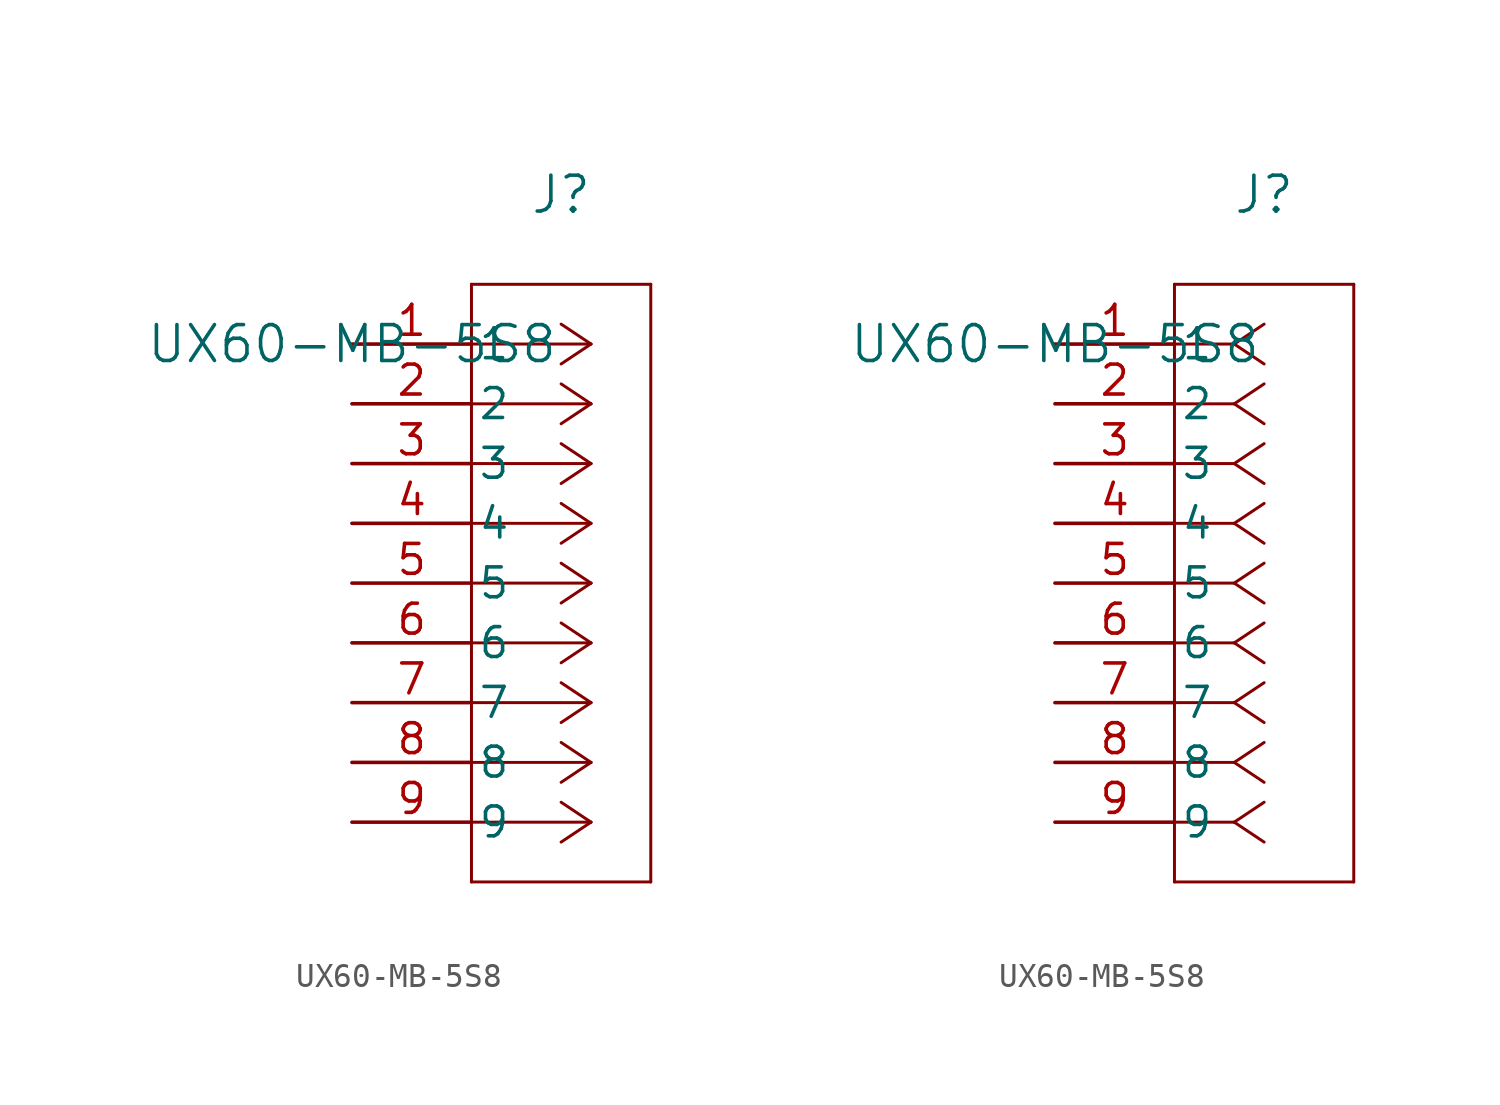
<source format=kicad_sym>
(kicad_symbol_lib
  (version 20211014)
  (generator kicad_symbol_editor)
  (symbol "UX60-MB-5S8"
    (pin_names
      (offset 0.254))
    (property "Reference" "J"
      (at 8.89 6.35 0)
      (effects (font (size 1.524 1.524))))
    (property "Value" "UX60-MB-5S8"
      (at 0 0 0)
      (effects (font (size 1.524 1.524))))
    (property "ki_locked" ""
      (at 0 0 0)
      (effects (font (size 1.27 1.27))))
    (symbol "UX60-MB-5S8_1_1"
      (polyline (pts (xy 5.08 -22.86) (xy 12.7 -22.86)) (stroke (width 0.127) (type default) (color 0 0 0 0)) (fill (type none)))
      (polyline (pts (xy 5.08 2.54) (xy 5.08 -22.86)) (stroke (width 0.127) (type default) (color 0 0 0 0)) (fill (type none)))
      (polyline (pts (xy 10.16 -20.32) (xy 5.08 -20.32)) (stroke (width 0.127) (type default) (color 0 0 0 0)) (fill (type none)))
      (polyline (pts (xy 10.16 -20.32) (xy 8.89 -21.167)) (stroke (width 0.127) (type default) (color 0 0 0 0)) (fill (type none)))
      (polyline (pts (xy 10.16 -20.32) (xy 8.89 -19.473)) (stroke (width 0.127) (type default) (color 0 0 0 0)) (fill (type none)))
      (polyline (pts (xy 10.16 -17.78) (xy 5.08 -17.78)) (stroke (width 0.127) (type default) (color 0 0 0 0)) (fill (type none)))
      (polyline (pts (xy 10.16 -17.78) (xy 8.89 -18.627)) (stroke (width 0.127) (type default) (color 0 0 0 0)) (fill (type none)))
      (polyline (pts (xy 10.16 -17.78) (xy 8.89 -16.933)) (stroke (width 0.127) (type default) (color 0 0 0 0)) (fill (type none)))
      (polyline (pts (xy 10.16 -15.24) (xy 5.08 -15.24)) (stroke (width 0.127) (type default) (color 0 0 0 0)) (fill (type none)))
      (polyline (pts (xy 10.16 -15.24) (xy 8.89 -16.087)) (stroke (width 0.127) (type default) (color 0 0 0 0)) (fill (type none)))
      (polyline (pts (xy 10.16 -15.24) (xy 8.89 -14.393)) (stroke (width 0.127) (type default) (color 0 0 0 0)) (fill (type none)))
      (polyline (pts (xy 10.16 -12.7) (xy 5.08 -12.7)) (stroke (width 0.127) (type default) (color 0 0 0 0)) (fill (type none)))
      (polyline (pts (xy 10.16 -12.7) (xy 8.89 -13.547)) (stroke (width 0.127) (type default) (color 0 0 0 0)) (fill (type none)))
      (polyline (pts (xy 10.16 -12.7) (xy 8.89 -11.853)) (stroke (width 0.127) (type default) (color 0 0 0 0)) (fill (type none)))
      (polyline (pts (xy 10.16 -10.16) (xy 5.08 -10.16)) (stroke (width 0.127) (type default) (color 0 0 0 0)) (fill (type none)))
      (polyline (pts (xy 10.16 -10.16) (xy 8.89 -11.007)) (stroke (width 0.127) (type default) (color 0 0 0 0)) (fill (type none)))
      (polyline (pts (xy 10.16 -10.16) (xy 8.89 -9.313)) (stroke (width 0.127) (type default) (color 0 0 0 0)) (fill (type none)))
      (polyline (pts (xy 10.16 -7.62) (xy 5.08 -7.62)) (stroke (width 0.127) (type default) (color 0 0 0 0)) (fill (type none)))
      (polyline (pts (xy 10.16 -7.62) (xy 8.89 -8.467)) (stroke (width 0.127) (type default) (color 0 0 0 0)) (fill (type none)))
      (polyline (pts (xy 10.16 -7.62) (xy 8.89 -6.773)) (stroke (width 0.127) (type default) (color 0 0 0 0)) (fill (type none)))
      (polyline (pts (xy 10.16 -5.08) (xy 5.08 -5.08)) (stroke (width 0.127) (type default) (color 0 0 0 0)) (fill (type none)))
      (polyline (pts (xy 10.16 -5.08) (xy 8.89 -5.927)) (stroke (width 0.127) (type default) (color 0 0 0 0)) (fill (type none)))
      (polyline (pts (xy 10.16 -5.08) (xy 8.89 -4.233)) (stroke (width 0.127) (type default) (color 0 0 0 0)) (fill (type none)))
      (polyline (pts (xy 10.16 -2.54) (xy 5.08 -2.54)) (stroke (width 0.127) (type default) (color 0 0 0 0)) (fill (type none)))
      (polyline (pts (xy 10.16 -2.54) (xy 8.89 -3.387)) (stroke (width 0.127) (type default) (color 0 0 0 0)) (fill (type none)))
      (polyline (pts (xy 10.16 -2.54) (xy 8.89 -1.693)) (stroke (width 0.127) (type default) (color 0 0 0 0)) (fill (type none)))
      (polyline (pts (xy 10.16 0) (xy 5.08 0)) (stroke (width 0.127) (type default) (color 0 0 0 0)) (fill (type none)))
      (polyline (pts (xy 10.16 0) (xy 8.89 -0.847)) (stroke (width 0.127) (type default) (color 0 0 0 0)) (fill (type none)))
      (polyline (pts (xy 10.16 0) (xy 8.89 0.847)) (stroke (width 0.127) (type default) (color 0 0 0 0)) (fill (type none)))
      (polyline (pts (xy 12.7 -22.86) (xy 12.7 2.54)) (stroke (width 0.127) (type default) (color 0 0 0 0)) (fill (type none)))
      (polyline (pts (xy 12.7 2.54) (xy 5.08 2.54)) (stroke (width 0.127) (type default) (color 0 0 0 0)) (fill (type none)))
      (pin unspecified line (at 0 0 0) (length 5.08) (name "1" (effects (font (size 1.27 1.27)))) (number "1" (effects (font (size 1.27 1.27)))))
      (pin unspecified line (at 0 -2.54 0) (length 5.08) (name "2" (effects (font (size 1.27 1.27)))) (number "2" (effects (font (size 1.27 1.27)))))
      (pin unspecified line (at 0 -5.08 0) (length 5.08) (name "3" (effects (font (size 1.27 1.27)))) (number "3" (effects (font (size 1.27 1.27)))))
      (pin unspecified line (at 0 -7.62 0) (length 5.08) (name "4" (effects (font (size 1.27 1.27)))) (number "4" (effects (font (size 1.27 1.27)))))
      (pin unspecified line (at 0 -10.16 0) (length 5.08) (name "5" (effects (font (size 1.27 1.27)))) (number "5" (effects (font (size 1.27 1.27)))))
      (pin unspecified line (at 0 -12.7 0) (length 5.08) (name "6" (effects (font (size 1.27 1.27)))) (number "6" (effects (font (size 1.27 1.27)))))
      (pin unspecified line (at 0 -15.24 0) (length 5.08) (name "7" (effects (font (size 1.27 1.27)))) (number "7" (effects (font (size 1.27 1.27)))))
      (pin unspecified line (at 0 -17.78 0) (length 5.08) (name "8" (effects (font (size 1.27 1.27)))) (number "8" (effects (font (size 1.27 1.27)))))
      (pin unspecified line (at 0 -20.32 0) (length 5.08) (name "9" (effects (font (size 1.27 1.27)))) (number "9" (effects (font (size 1.27 1.27))))))
    (symbol "UX60-MB-5S8_1_2"
      (polyline (pts (xy 5.08 -22.86) (xy 12.7 -22.86)) (stroke (width 0.127) (type default) (color 0 0 0 0)) (fill (type none)))
      (polyline (pts (xy 5.08 2.54) (xy 5.08 -22.86)) (stroke (width 0.127) (type default) (color 0 0 0 0)) (fill (type none)))
      (polyline (pts (xy 7.62 -20.32) (xy 5.08 -20.32)) (stroke (width 0.127) (type default) (color 0 0 0 0)) (fill (type none)))
      (polyline (pts (xy 7.62 -20.32) (xy 8.89 -21.167)) (stroke (width 0.127) (type default) (color 0 0 0 0)) (fill (type none)))
      (polyline (pts (xy 7.62 -20.32) (xy 8.89 -19.473)) (stroke (width 0.127) (type default) (color 0 0 0 0)) (fill (type none)))
      (polyline (pts (xy 7.62 -17.78) (xy 5.08 -17.78)) (stroke (width 0.127) (type default) (color 0 0 0 0)) (fill (type none)))
      (polyline (pts (xy 7.62 -17.78) (xy 8.89 -18.627)) (stroke (width 0.127) (type default) (color 0 0 0 0)) (fill (type none)))
      (polyline (pts (xy 7.62 -17.78) (xy 8.89 -16.933)) (stroke (width 0.127) (type default) (color 0 0 0 0)) (fill (type none)))
      (polyline (pts (xy 7.62 -15.24) (xy 5.08 -15.24)) (stroke (width 0.127) (type default) (color 0 0 0 0)) (fill (type none)))
      (polyline (pts (xy 7.62 -15.24) (xy 8.89 -16.087)) (stroke (width 0.127) (type default) (color 0 0 0 0)) (fill (type none)))
      (polyline (pts (xy 7.62 -15.24) (xy 8.89 -14.393)) (stroke (width 0.127) (type default) (color 0 0 0 0)) (fill (type none)))
      (polyline (pts (xy 7.62 -12.7) (xy 5.08 -12.7)) (stroke (width 0.127) (type default) (color 0 0 0 0)) (fill (type none)))
      (polyline (pts (xy 7.62 -12.7) (xy 8.89 -13.547)) (stroke (width 0.127) (type default) (color 0 0 0 0)) (fill (type none)))
      (polyline (pts (xy 7.62 -12.7) (xy 8.89 -11.853)) (stroke (width 0.127) (type default) (color 0 0 0 0)) (fill (type none)))
      (polyline (pts (xy 7.62 -10.16) (xy 5.08 -10.16)) (stroke (width 0.127) (type default) (color 0 0 0 0)) (fill (type none)))
      (polyline (pts (xy 7.62 -10.16) (xy 8.89 -11.007)) (stroke (width 0.127) (type default) (color 0 0 0 0)) (fill (type none)))
      (polyline (pts (xy 7.62 -10.16) (xy 8.89 -9.313)) (stroke (width 0.127) (type default) (color 0 0 0 0)) (fill (type none)))
      (polyline (pts (xy 7.62 -7.62) (xy 5.08 -7.62)) (stroke (width 0.127) (type default) (color 0 0 0 0)) (fill (type none)))
      (polyline (pts (xy 7.62 -7.62) (xy 8.89 -8.467)) (stroke (width 0.127) (type default) (color 0 0 0 0)) (fill (type none)))
      (polyline (pts (xy 7.62 -7.62) (xy 8.89 -6.773)) (stroke (width 0.127) (type default) (color 0 0 0 0)) (fill (type none)))
      (polyline (pts (xy 7.62 -5.08) (xy 5.08 -5.08)) (stroke (width 0.127) (type default) (color 0 0 0 0)) (fill (type none)))
      (polyline (pts (xy 7.62 -5.08) (xy 8.89 -5.927)) (stroke (width 0.127) (type default) (color 0 0 0 0)) (fill (type none)))
      (polyline (pts (xy 7.62 -5.08) (xy 8.89 -4.233)) (stroke (width 0.127) (type default) (color 0 0 0 0)) (fill (type none)))
      (polyline (pts (xy 7.62 -2.54) (xy 5.08 -2.54)) (stroke (width 0.127) (type default) (color 0 0 0 0)) (fill (type none)))
      (polyline (pts (xy 7.62 -2.54) (xy 8.89 -3.387)) (stroke (width 0.127) (type default) (color 0 0 0 0)) (fill (type none)))
      (polyline (pts (xy 7.62 -2.54) (xy 8.89 -1.693)) (stroke (width 0.127) (type default) (color 0 0 0 0)) (fill (type none)))
      (polyline (pts (xy 7.62 0) (xy 5.08 0)) (stroke (width 0.127) (type default) (color 0 0 0 0)) (fill (type none)))
      (polyline (pts (xy 7.62 0) (xy 8.89 -0.847)) (stroke (width 0.127) (type default) (color 0 0 0 0)) (fill (type none)))
      (polyline (pts (xy 7.62 0) (xy 8.89 0.847)) (stroke (width 0.127) (type default) (color 0 0 0 0)) (fill (type none)))
      (polyline (pts (xy 12.7 -22.86) (xy 12.7 2.54)) (stroke (width 0.127) (type default) (color 0 0 0 0)) (fill (type none)))
      (polyline (pts (xy 12.7 2.54) (xy 5.08 2.54)) (stroke (width 0.127) (type default) (color 0 0 0 0)) (fill (type none)))
      (pin unspecified line (at 0 0 0) (length 5.08) (name "1" (effects (font (size 1.27 1.27)))) (number "1" (effects (font (size 1.27 1.27)))))
      (pin unspecified line (at 0 -2.54 0) (length 5.08) (name "2" (effects (font (size 1.27 1.27)))) (number "2" (effects (font (size 1.27 1.27)))))
      (pin unspecified line (at 0 -5.08 0) (length 5.08) (name "3" (effects (font (size 1.27 1.27)))) (number "3" (effects (font (size 1.27 1.27)))))
      (pin unspecified line (at 0 -7.62 0) (length 5.08) (name "4" (effects (font (size 1.27 1.27)))) (number "4" (effects (font (size 1.27 1.27)))))
      (pin unspecified line (at 0 -10.16 0) (length 5.08) (name "5" (effects (font (size 1.27 1.27)))) (number "5" (effects (font (size 1.27 1.27)))))
      (pin unspecified line (at 0 -12.7 0) (length 5.08) (name "6" (effects (font (size 1.27 1.27)))) (number "6" (effects (font (size 1.27 1.27)))))
      (pin unspecified line (at 0 -15.24 0) (length 5.08) (name "7" (effects (font (size 1.27 1.27)))) (number "7" (effects (font (size 1.27 1.27)))))
      (pin unspecified line (at 0 -17.78 0) (length 5.08) (name "8" (effects (font (size 1.27 1.27)))) (number "8" (effects (font (size 1.27 1.27)))))
      (pin unspecified line (at 0 -20.32 0) (length 5.08) (name "9" (effects (font (size 1.27 1.27)))) (number "9" (effects (font (size 1.27 1.27))))))))
</source>
